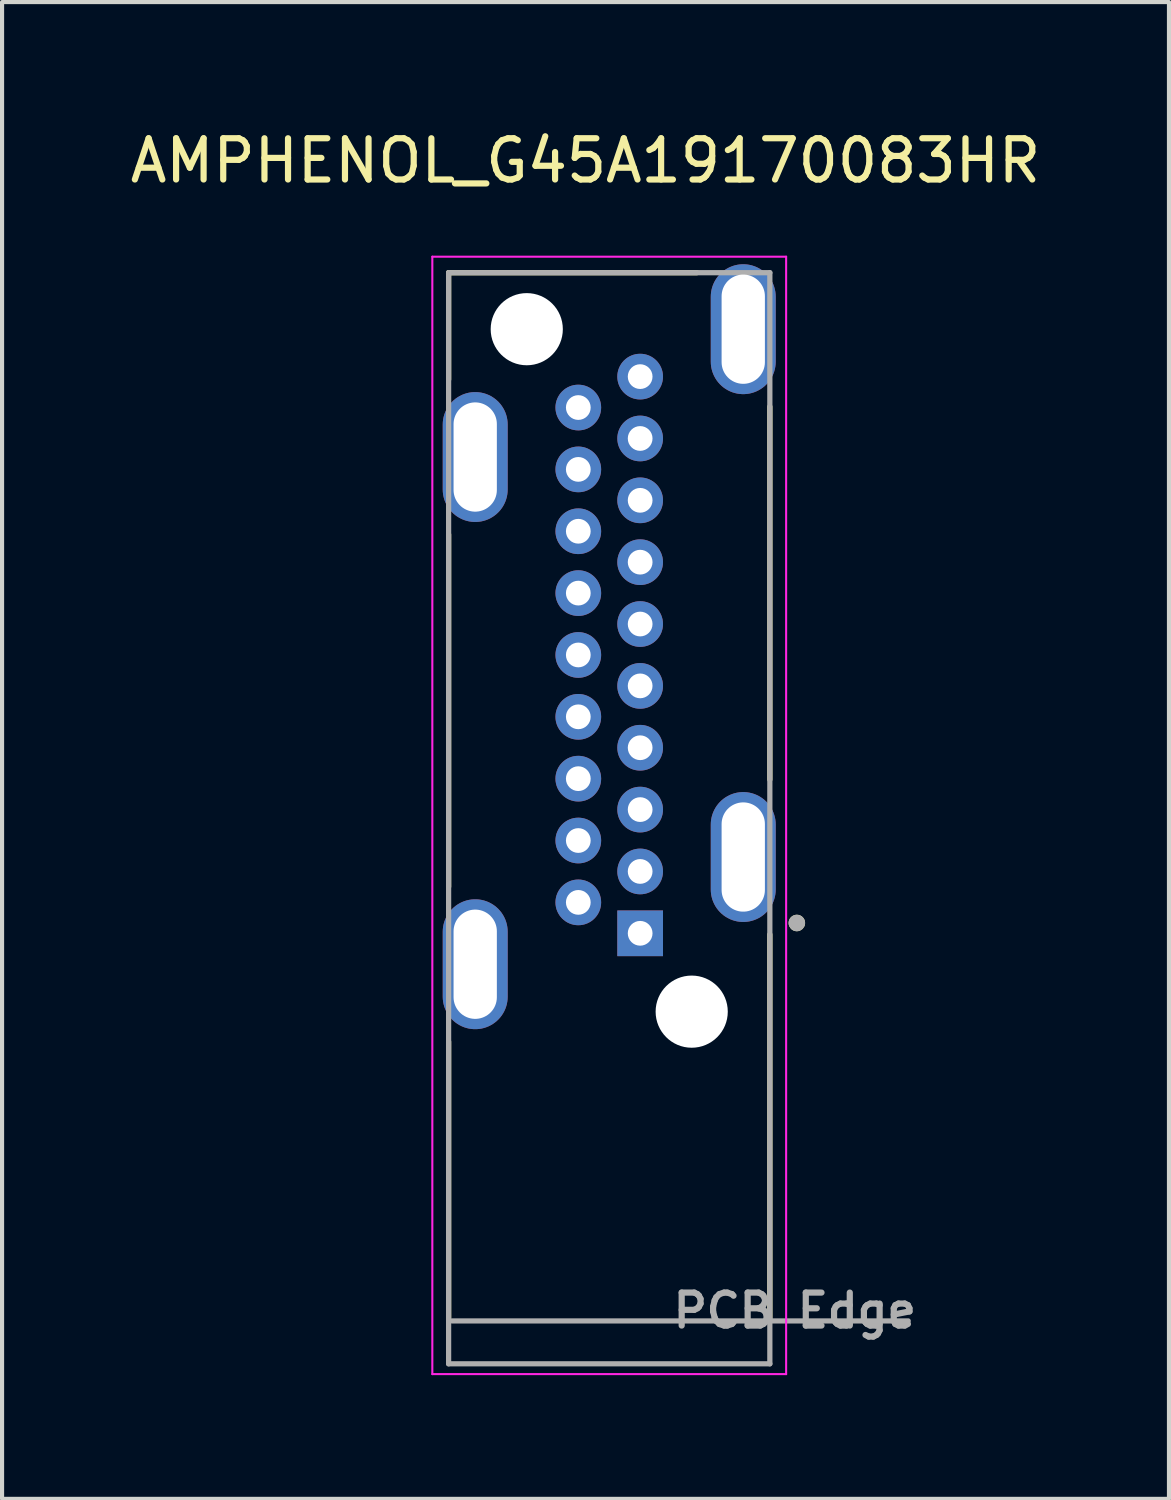
<source format=kicad_pcb>
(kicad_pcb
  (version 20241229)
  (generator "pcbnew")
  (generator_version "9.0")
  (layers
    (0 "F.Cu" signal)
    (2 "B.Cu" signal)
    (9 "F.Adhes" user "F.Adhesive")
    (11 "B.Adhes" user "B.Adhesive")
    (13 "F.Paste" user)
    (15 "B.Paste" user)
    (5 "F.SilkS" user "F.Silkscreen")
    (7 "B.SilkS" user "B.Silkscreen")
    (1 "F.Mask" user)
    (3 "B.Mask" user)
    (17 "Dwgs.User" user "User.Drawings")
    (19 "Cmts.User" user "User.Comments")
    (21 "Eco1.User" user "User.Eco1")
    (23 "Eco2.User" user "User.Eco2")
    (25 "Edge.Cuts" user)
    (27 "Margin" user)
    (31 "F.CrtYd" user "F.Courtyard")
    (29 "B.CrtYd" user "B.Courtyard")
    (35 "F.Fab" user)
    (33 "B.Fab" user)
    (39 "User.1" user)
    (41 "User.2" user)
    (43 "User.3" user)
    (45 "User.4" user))
  (footprint "AMPHENOL_G45A19170083HR"
    (layer "F.Cu")
    (at 11.724 21.483)
    (property "Reference" "AMPHENOL_G45A19170083HR" (at -0.575 -20.635 0) (layer "F.SilkS") (effects (font (size 1 1) (thickness 0.15))))
    (attr through_hole)
    (fp_line (start -3.895 -17.92) (end 2.126 -17.92) (stroke (width 0.127) (type solid)) (layer "F.SilkS"))
    (fp_line (start -3.895 -15.328) (end -3.895 -17.92) (stroke (width 0.127) (type solid)) (layer "F.SilkS"))
    (fp_line (start -3.895 -11.572) (end -3.895 -3.028) (stroke (width 0.127) (type solid)) (layer "F.SilkS"))
    (fp_line (start -3.895 7.5) (end -3.895 0.728) (stroke (width 0.127) (type solid)) (layer "F.SilkS"))
    (fp_line (start 3.895 -14.672) (end 3.895 -5.628) (stroke (width 0.127) (type solid)) (layer "F.SilkS"))
    (fp_line (start 3.895 7.5) (end 3.895 -1.872) (stroke (width 0.127) (type solid)) (layer "F.SilkS"))
    (fp_circle (center 4.55 -2.15) (end 4.65 -2.15) (stroke (width 0.2) (type solid)) (fill no) (layer "F.SilkS"))
    (fp_line (start -4.29 -18.308) (end -4.29 8.79) (stroke (width 0.05) (type solid)) (layer "F.CrtYd"))
    (fp_line (start -4.29 8.79) (end 4.29 8.79) (stroke (width 0.05) (type solid)) (layer "F.CrtYd"))
    (fp_line (start 4.29 -18.308) (end -4.29 -18.308) (stroke (width 0.05) (type solid)) (layer "F.CrtYd"))
    (fp_line (start 4.29 8.79) (end 4.29 -18.308) (stroke (width 0.05) (type solid)) (layer "F.CrtYd"))
    (fp_line (start -3.895 -17.92) (end 3.895 -17.92) (stroke (width 0.127) (type solid)) (layer "F.Fab"))
    (fp_line (start -3.895 8.54) (end -3.895 -17.92) (stroke (width 0.127) (type solid)) (layer "F.Fab"))
    (fp_line (start -3.81 7.5) (end 7.25 7.5) (stroke (width 0.127) (type solid)) (layer "F.Fab"))
    (fp_line (start 3.895 -17.92) (end 3.895 8.54) (stroke (width 0.127) (type solid)) (layer "F.Fab"))
    (fp_line (start 3.895 8.54) (end -3.895 8.54) (stroke (width 0.127) (type solid)) (layer "F.Fab"))
    (fp_circle (center 4.55 -2.15) (end 4.65 -2.15) (stroke (width 0.2) (type solid)) (fill no) (layer "F.Fab"))
    (fp_text user "PCB Edge" (at 4.5 7.25 0) (layer "F.Fab") (effects (font (size 0.8 0.8) (thickness 0.15))))
    (pad "" np_thru_hole circle (at -2 -16.55) (size 1.75 1.75) (drill 1.75) (layers "*.Cu" "*.Mask"))
    (pad "" np_thru_hole circle (at 2 0) (size 1.75 1.75) (drill 1.75) (layers "*.Cu" "*.Mask"))
    (pad "1" thru_hole rect (at 0.75 -1.9) (size 1.108 1.108) (drill 0.6) (layers "*.Cu" "*.Mask"))
    (pad "2" thru_hole circle (at -0.75 -2.65) (size 1.108 1.108) (drill 0.6) (layers "*.Cu" "*.Mask"))
    (pad "3" thru_hole circle (at 0.75 -3.4) (size 1.108 1.108) (drill 0.6) (layers "*.Cu" "*.Mask"))
    (pad "4" thru_hole circle (at -0.75 -4.15) (size 1.108 1.108) (drill 0.6) (layers "*.Cu" "*.Mask"))
    (pad "5" thru_hole circle (at 0.75 -4.9) (size 1.108 1.108) (drill 0.6) (layers "*.Cu" "*.Mask"))
    (pad "6" thru_hole circle (at -0.75 -5.65) (size 1.108 1.108) (drill 0.6) (layers "*.Cu" "*.Mask"))
    (pad "7" thru_hole circle (at 0.75 -6.4) (size 1.108 1.108) (drill 0.6) (layers "*.Cu" "*.Mask"))
    (pad "8" thru_hole circle (at -0.75 -7.15) (size 1.108 1.108) (drill 0.6) (layers "*.Cu" "*.Mask"))
    (pad "9" thru_hole circle (at 0.75 -7.9) (size 1.108 1.108) (drill 0.6) (layers "*.Cu" "*.Mask"))
    (pad "10" thru_hole circle (at -0.75 -8.65) (size 1.108 1.108) (drill 0.6) (layers "*.Cu" "*.Mask"))
    (pad "11" thru_hole circle (at 0.75 -9.4) (size 1.108 1.108) (drill 0.6) (layers "*.Cu" "*.Mask"))
    (pad "12" thru_hole circle (at -0.75 -10.15) (size 1.108 1.108) (drill 0.6) (layers "*.Cu" "*.Mask"))
    (pad "13" thru_hole circle (at 0.75 -10.9) (size 1.108 1.108) (drill 0.6) (layers "*.Cu" "*.Mask"))
    (pad "14" thru_hole circle (at -0.75 -11.65) (size 1.108 1.108) (drill 0.6) (layers "*.Cu" "*.Mask"))
    (pad "15" thru_hole circle (at 0.75 -12.4) (size 1.108 1.108) (drill 0.6) (layers "*.Cu" "*.Mask"))
    (pad "16" thru_hole circle (at -0.75 -13.15) (size 1.108 1.108) (drill 0.6) (layers "*.Cu" "*.Mask"))
    (pad "17" thru_hole circle (at 0.75 -13.9) (size 1.108 1.108) (drill 0.6) (layers "*.Cu" "*.Mask"))
    (pad "18" thru_hole circle (at -0.75 -14.65) (size 1.108 1.108) (drill 0.6) (layers "*.Cu" "*.Mask"))
    (pad "19" thru_hole circle (at 0.75 -15.4) (size 1.108 1.108) (drill 0.6) (layers "*.Cu" "*.Mask"))
    (pad "SH1" thru_hole oval (at -3.25 -1.15) (size 1.575 3.15) (drill oval 1.05 2.65) (layers "*.Cu" "*.Mask"))
    (pad "SH2" thru_hole oval (at 3.25 -3.75) (size 1.575 3.15) (drill oval 1.05 2.65) (layers "*.Cu" "*.Mask"))
    (pad "SH3" thru_hole oval (at -3.25 -13.45) (size 1.575 3.15) (drill oval 1.05 2.65) (layers "*.Cu" "*.Mask"))
    (pad "SH4" thru_hole oval (at 3.25 -16.55) (size 1.575 3.15) (drill oval 1.05 2.65) (layers "*.Cu" "*.Mask")))
  (gr_rect
    (start -3 -3)
    (end 25.298 33.298)
    (stroke (width 0.1) (type default))
    (fill no)
    (layer "Edge.Cuts")))
</source>
